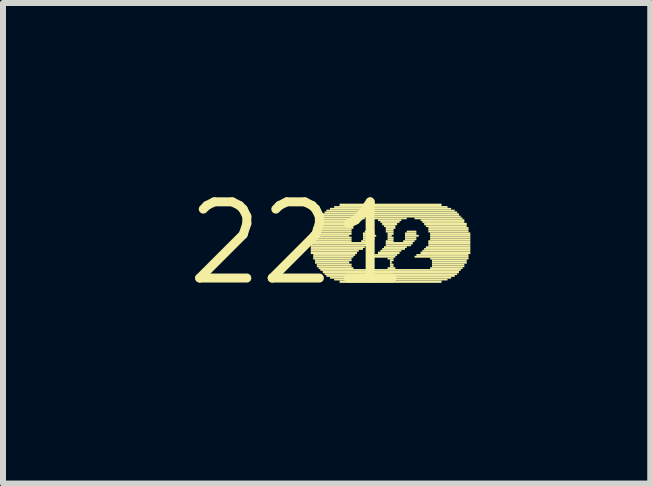
<source format=kicad_pcb>
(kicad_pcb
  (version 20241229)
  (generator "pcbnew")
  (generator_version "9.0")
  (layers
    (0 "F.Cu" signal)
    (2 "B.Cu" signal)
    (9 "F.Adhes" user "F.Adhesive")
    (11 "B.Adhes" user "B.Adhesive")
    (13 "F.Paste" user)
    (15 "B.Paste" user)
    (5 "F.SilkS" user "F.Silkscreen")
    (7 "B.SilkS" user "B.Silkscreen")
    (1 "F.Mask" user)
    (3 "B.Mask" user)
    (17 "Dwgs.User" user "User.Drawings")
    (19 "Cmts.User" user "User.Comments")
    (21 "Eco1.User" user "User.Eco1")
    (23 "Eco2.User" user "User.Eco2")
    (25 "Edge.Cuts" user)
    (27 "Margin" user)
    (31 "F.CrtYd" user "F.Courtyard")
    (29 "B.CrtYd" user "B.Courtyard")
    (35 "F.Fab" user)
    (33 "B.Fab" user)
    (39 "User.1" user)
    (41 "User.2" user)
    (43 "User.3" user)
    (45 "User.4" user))
  (footprint "221"
    (layer "F.Cu")
    (at 1.912 1.006)
    (property "Reference" "221" (at 0 0 0) (layer "F.SilkS") (effects (font (size 1.27 1.27) (thickness 0.15))))
    (fp_poly (pts (xy 0.22 -0.14) (xy 0.9 -0.14) (xy 0.9 -0.18) (xy 0.22 -0.18)) (stroke (width 0) (type default)) (fill yes) (layer "F.SilkS"))
    (fp_poly (pts (xy 0.22 -0.11) (xy 0.86 -0.11) (xy 0.86 -0.14) (xy 0.22 -0.14)) (stroke (width 0) (type default)) (fill yes) (layer "F.SilkS"))
    (fp_poly (pts (xy 0.22 -0.08) (xy 0.9 -0.08) (xy 0.9 -0.11) (xy 0.22 -0.11)) (stroke (width 0) (type default)) (fill yes) (layer "F.SilkS"))
    (fp_poly (pts (xy 0.22 -0.05) (xy 0.9 -0.05) (xy 0.9 -0.08) (xy 0.22 -0.08)) (stroke (width 0) (type default)) (fill yes) (layer "F.SilkS"))
    (fp_poly (pts (xy 0.22 -0.02) (xy 0.9 -0.02) (xy 0.9 -0.05) (xy 0.22 -0.05)) (stroke (width 0) (type default)) (fill yes) (layer "F.SilkS"))
    (fp_poly (pts (xy 0.22 0.02) (xy 1.22 0.02) (xy 1.22 -0.02) (xy 0.22 -0.02)) (stroke (width 0) (type default)) (fill yes) (layer "F.SilkS"))
    (fp_poly (pts (xy 0.22 0.05) (xy 1.18 0.05) (xy 1.18 0.02) (xy 0.22 0.02)) (stroke (width 0) (type default)) (fill yes) (layer "F.SilkS"))
    (fp_poly (pts (xy 0.22 0.08) (xy 1.12 0.08) (xy 1.12 0.05) (xy 0.22 0.05)) (stroke (width 0) (type default)) (fill yes) (layer "F.SilkS"))
    (fp_poly (pts (xy 0.22 0.11) (xy 1.09 0.11) (xy 1.09 0.08) (xy 0.22 0.08)) (stroke (width 0) (type default)) (fill yes) (layer "F.SilkS"))
    (fp_poly (pts (xy 0.22 0.14) (xy 1.02 0.14) (xy 1.02 0.11) (xy 0.22 0.11)) (stroke (width 0) (type default)) (fill yes) (layer "F.SilkS"))
    (fp_poly (pts (xy 0.22 0.18) (xy 0.99 0.18) (xy 0.99 0.14) (xy 0.22 0.14)) (stroke (width 0) (type default)) (fill yes) (layer "F.SilkS"))
    (fp_poly (pts (xy 0.26 -0.24) (xy 0.93 -0.24) (xy 0.93 -0.27) (xy 0.26 -0.27)) (stroke (width 0) (type default)) (fill yes) (layer "F.SilkS"))
    (fp_poly (pts (xy 0.26 -0.21) (xy 0.9 -0.21) (xy 0.9 -0.24) (xy 0.26 -0.24)) (stroke (width 0) (type default)) (fill yes) (layer "F.SilkS"))
    (fp_poly (pts (xy 0.26 -0.18) (xy 0.9 -0.18) (xy 0.9 -0.21) (xy 0.26 -0.21)) (stroke (width 0) (type default)) (fill yes) (layer "F.SilkS"))
    (fp_poly (pts (xy 0.26 0.21) (xy 0.96 0.21) (xy 0.96 0.18) (xy 0.26 0.18)) (stroke (width 0) (type default)) (fill yes) (layer "F.SilkS"))
    (fp_poly (pts (xy 0.26 0.24) (xy 0.93 0.24) (xy 0.93 0.21) (xy 0.26 0.21)) (stroke (width 0) (type default)) (fill yes) (layer "F.SilkS"))
    (fp_poly (pts (xy 0.26 0.27) (xy 0.9 0.27) (xy 0.9 0.24) (xy 0.26 0.24)) (stroke (width 0) (type default)) (fill yes) (layer "F.SilkS"))
    (fp_poly (pts (xy 0.29 -0.3) (xy 0.96 -0.3) (xy 0.96 -0.34) (xy 0.29 -0.34)) (stroke (width 0) (type default)) (fill yes) (layer "F.SilkS"))
    (fp_poly (pts (xy 0.29 -0.27) (xy 0.93 -0.27) (xy 0.93 -0.3) (xy 0.29 -0.3)) (stroke (width 0) (type default)) (fill yes) (layer "F.SilkS"))
    (fp_poly (pts (xy 0.29 0.3) (xy 0.9 0.3) (xy 0.9 0.27) (xy 0.29 0.27)) (stroke (width 0) (type default)) (fill yes) (layer "F.SilkS"))
    (fp_poly (pts (xy 0.29 0.34) (xy 0.86 0.34) (xy 0.86 0.3) (xy 0.29 0.3)) (stroke (width 0) (type default)) (fill yes) (layer "F.SilkS"))
    (fp_poly (pts (xy 0.32 -0.37) (xy 1.02 -0.37) (xy 1.02 -0.4) (xy 0.32 -0.4)) (stroke (width 0) (type default)) (fill yes) (layer "F.SilkS"))
    (fp_poly (pts (xy 0.32 -0.34) (xy 0.99 -0.34) (xy 0.99 -0.37) (xy 0.32 -0.37)) (stroke (width 0) (type default)) (fill yes) (layer "F.SilkS"))
    (fp_poly (pts (xy 0.32 0.37) (xy 0.9 0.37) (xy 0.9 0.34) (xy 0.32 0.34)) (stroke (width 0) (type default)) (fill yes) (layer "F.SilkS"))
    (fp_poly (pts (xy 0.32 0.4) (xy 0.9 0.4) (xy 0.9 0.37) (xy 0.32 0.37)) (stroke (width 0) (type default)) (fill yes) (layer "F.SilkS"))
    (fp_poly (pts (xy 0.35 -0.4) (xy 1.12 -0.4) (xy 1.12 -0.43) (xy 0.35 -0.43)) (stroke (width 0) (type default)) (fill yes) (layer "F.SilkS"))
    (fp_poly (pts (xy 0.35 0.43) (xy 0.93 0.43) (xy 0.93 0.4) (xy 0.35 0.4)) (stroke (width 0) (type default)) (fill yes) (layer "F.SilkS"))
    (fp_poly (pts (xy 0.38 -0.43) (xy 2.72 -0.43) (xy 2.72 -0.46) (xy 0.38 -0.46)) (stroke (width 0) (type default)) (fill yes) (layer "F.SilkS"))
    (fp_poly (pts (xy 0.38 0.46) (xy 2.72 0.46) (xy 2.72 0.43) (xy 0.38 0.43)) (stroke (width 0) (type default)) (fill yes) (layer "F.SilkS"))
    (fp_poly (pts (xy 0.42 -0.46) (xy 2.69 -0.46) (xy 2.69 -0.5) (xy 0.42 -0.5)) (stroke (width 0) (type default)) (fill yes) (layer "F.SilkS"))
    (fp_poly (pts (xy 0.42 0.5) (xy 2.69 0.5) (xy 2.69 0.46) (xy 0.42 0.46)) (stroke (width 0) (type default)) (fill yes) (layer "F.SilkS"))
    (fp_poly (pts (xy 0.45 -0.5) (xy 2.66 -0.5) (xy 2.66 -0.53) (xy 0.45 -0.53)) (stroke (width 0) (type default)) (fill yes) (layer "F.SilkS"))
    (fp_poly (pts (xy 0.45 0.53) (xy 2.66 0.53) (xy 2.66 0.5) (xy 0.45 0.5)) (stroke (width 0) (type default)) (fill yes) (layer "F.SilkS"))
    (fp_poly (pts (xy 0.48 -0.53) (xy 2.62 -0.53) (xy 2.62 -0.56) (xy 0.48 -0.56)) (stroke (width 0) (type default)) (fill yes) (layer "F.SilkS"))
    (fp_poly (pts (xy 0.48 0.56) (xy 2.62 0.56) (xy 2.62 0.53) (xy 0.48 0.53)) (stroke (width 0) (type default)) (fill yes) (layer "F.SilkS"))
    (fp_poly (pts (xy 0.54 -0.56) (xy 2.56 -0.56) (xy 2.56 -0.59) (xy 0.54 -0.59)) (stroke (width 0) (type default)) (fill yes) (layer "F.SilkS"))
    (fp_poly (pts (xy 0.54 0.59) (xy 2.56 0.59) (xy 2.56 0.56) (xy 0.54 0.56)) (stroke (width 0) (type default)) (fill yes) (layer "F.SilkS"))
    (fp_poly (pts (xy 0.61 -0.59) (xy 2.5 -0.59) (xy 2.5 -0.62) (xy 0.61 -0.62)) (stroke (width 0) (type default)) (fill yes) (layer "F.SilkS"))
    (fp_poly (pts (xy 0.61 0.62) (xy 2.5 0.62) (xy 2.5 0.59) (xy 0.61 0.59)) (stroke (width 0) (type default)) (fill yes) (layer "F.SilkS"))
    (fp_poly (pts (xy 0.7 -0.62) (xy 2.4 -0.62) (xy 2.4 -0.66) (xy 0.7 -0.66)) (stroke (width 0) (type default)) (fill yes) (layer "F.SilkS"))
    (fp_poly (pts (xy 0.7 0.66) (xy 2.4 0.66) (xy 2.4 0.62) (xy 0.7 0.62)) (stroke (width 0) (type default)) (fill yes) (layer "F.SilkS"))
    (fp_poly (pts (xy 1.06 -0.02) (xy 1.25 -0.02) (xy 1.25 -0.05) (xy 1.06 -0.05)) (stroke (width 0) (type default)) (fill yes) (layer "F.SilkS"))
    (fp_poly (pts (xy 1.09 -0.14) (xy 1.28 -0.14) (xy 1.28 -0.18) (xy 1.09 -0.18)) (stroke (width 0) (type default)) (fill yes) (layer "F.SilkS"))
    (fp_poly (pts (xy 1.09 -0.11) (xy 1.31 -0.11) (xy 1.31 -0.14) (xy 1.09 -0.14)) (stroke (width 0) (type default)) (fill yes) (layer "F.SilkS"))
    (fp_poly (pts (xy 1.09 -0.08) (xy 1.28 -0.08) (xy 1.28 -0.11) (xy 1.09 -0.11)) (stroke (width 0) (type default)) (fill yes) (layer "F.SilkS"))
    (fp_poly (pts (xy 1.09 -0.05) (xy 1.28 -0.05) (xy 1.28 -0.08) (xy 1.09 -0.08)) (stroke (width 0) (type default)) (fill yes) (layer "F.SilkS"))
    (fp_poly (pts (xy 1.12 -0.18) (xy 1.28 -0.18) (xy 1.28 -0.21) (xy 1.12 -0.21)) (stroke (width 0) (type default)) (fill yes) (layer "F.SilkS"))
    (fp_poly (pts (xy 1.25 -0.4) (xy 1.82 -0.4) (xy 1.82 -0.43) (xy 1.25 -0.43)) (stroke (width 0) (type default)) (fill yes) (layer "F.SilkS"))
    (fp_poly (pts (xy 1.25 0.24) (xy 1.63 0.24) (xy 1.63 0.21) (xy 1.25 0.21)) (stroke (width 0) (type default)) (fill yes) (layer "F.SilkS"))
    (fp_poly (pts (xy 1.28 0.21) (xy 1.66 0.21) (xy 1.66 0.18) (xy 1.28 0.18)) (stroke (width 0) (type default)) (fill yes) (layer "F.SilkS"))
    (fp_poly (pts (xy 1.34 -0.37) (xy 1.73 -0.37) (xy 1.73 -0.4) (xy 1.34 -0.4)) (stroke (width 0) (type default)) (fill yes) (layer "F.SilkS"))
    (fp_poly (pts (xy 1.34 0.18) (xy 1.7 0.18) (xy 1.7 0.14) (xy 1.34 0.14)) (stroke (width 0) (type default)) (fill yes) (layer "F.SilkS"))
    (fp_poly (pts (xy 1.38 -0.34) (xy 1.7 -0.34) (xy 1.7 -0.37) (xy 1.38 -0.37)) (stroke (width 0) (type default)) (fill yes) (layer "F.SilkS"))
    (fp_poly (pts (xy 1.38 0.14) (xy 1.73 0.14) (xy 1.73 0.11) (xy 1.38 0.11)) (stroke (width 0) (type default)) (fill yes) (layer "F.SilkS"))
    (fp_poly (pts (xy 1.41 -0.3) (xy 1.66 -0.3) (xy 1.66 -0.34) (xy 1.41 -0.34)) (stroke (width 0) (type default)) (fill yes) (layer "F.SilkS"))
    (fp_poly (pts (xy 1.41 0.11) (xy 1.79 0.11) (xy 1.79 0.08) (xy 1.41 0.08)) (stroke (width 0) (type default)) (fill yes) (layer "F.SilkS"))
    (fp_poly (pts (xy 1.44 -0.27) (xy 1.63 -0.27) (xy 1.63 -0.3) (xy 1.44 -0.3)) (stroke (width 0) (type default)) (fill yes) (layer "F.SilkS"))
    (fp_poly (pts (xy 1.44 0.08) (xy 1.82 0.08) (xy 1.82 0.05) (xy 1.44 0.05)) (stroke (width 0) (type default)) (fill yes) (layer "F.SilkS"))
    (fp_poly (pts (xy 1.47 -0.24) (xy 1.63 -0.24) (xy 1.63 -0.27) (xy 1.47 -0.27)) (stroke (width 0) (type default)) (fill yes) (layer "F.SilkS"))
    (fp_poly (pts (xy 1.47 -0.21) (xy 1.6 -0.21) (xy 1.6 -0.24) (xy 1.47 -0.24)) (stroke (width 0) (type default)) (fill yes) (layer "F.SilkS"))
    (fp_poly (pts (xy 1.47 -0.18) (xy 1.6 -0.18) (xy 1.6 -0.21) (xy 1.47 -0.21)) (stroke (width 0) (type default)) (fill yes) (layer "F.SilkS"))
    (fp_poly (pts (xy 1.47 -0.02) (xy 1.6 -0.02) (xy 1.6 -0.05) (xy 1.47 -0.05)) (stroke (width 0) (type default)) (fill yes) (layer "F.SilkS"))
    (fp_poly (pts (xy 1.47 0.02) (xy 1.92 0.02) (xy 1.92 -0.02) (xy 1.47 -0.02)) (stroke (width 0) (type default)) (fill yes) (layer "F.SilkS"))
    (fp_poly (pts (xy 1.47 0.05) (xy 1.89 0.05) (xy 1.89 0.02) (xy 1.47 0.02)) (stroke (width 0) (type default)) (fill yes) (layer "F.SilkS"))
    (fp_poly (pts (xy 1.5 -0.14) (xy 1.6 -0.14) (xy 1.6 -0.18) (xy 1.5 -0.18)) (stroke (width 0) (type default)) (fill yes) (layer "F.SilkS"))
    (fp_poly (pts (xy 1.5 -0.11) (xy 1.57 -0.11) (xy 1.57 -0.14) (xy 1.5 -0.14)) (stroke (width 0) (type default)) (fill yes) (layer "F.SilkS"))
    (fp_poly (pts (xy 1.5 -0.08) (xy 1.6 -0.08) (xy 1.6 -0.11) (xy 1.5 -0.11)) (stroke (width 0) (type default)) (fill yes) (layer "F.SilkS"))
    (fp_poly (pts (xy 1.5 -0.05) (xy 1.6 -0.05) (xy 1.6 -0.08) (xy 1.5 -0.08)) (stroke (width 0) (type default)) (fill yes) (layer "F.SilkS"))
    (fp_poly (pts (xy 1.5 0.27) (xy 1.6 0.27) (xy 1.6 0.24) (xy 1.5 0.24)) (stroke (width 0) (type default)) (fill yes) (layer "F.SilkS"))
    (fp_poly (pts (xy 1.5 0.43) (xy 1.63 0.43) (xy 1.63 0.4) (xy 1.5 0.4)) (stroke (width 0) (type default)) (fill yes) (layer "F.SilkS"))
    (fp_poly (pts (xy 1.54 0.3) (xy 1.6 0.3) (xy 1.6 0.27) (xy 1.54 0.27)) (stroke (width 0) (type default)) (fill yes) (layer "F.SilkS"))
    (fp_poly (pts (xy 1.54 0.34) (xy 1.57 0.34) (xy 1.57 0.3) (xy 1.54 0.3)) (stroke (width 0) (type default)) (fill yes) (layer "F.SilkS"))
    (fp_poly (pts (xy 1.54 0.37) (xy 1.6 0.37) (xy 1.6 0.34) (xy 1.54 0.34)) (stroke (width 0) (type default)) (fill yes) (layer "F.SilkS"))
    (fp_poly (pts (xy 1.54 0.4) (xy 1.6 0.4) (xy 1.6 0.37) (xy 1.54 0.37)) (stroke (width 0) (type default)) (fill yes) (layer "F.SilkS"))
    (fp_poly (pts (xy 1.76 -0.02) (xy 1.95 -0.02) (xy 1.95 -0.05) (xy 1.76 -0.05)) (stroke (width 0) (type default)) (fill yes) (layer "F.SilkS"))
    (fp_poly (pts (xy 1.79 -0.14) (xy 1.98 -0.14) (xy 1.98 -0.18) (xy 1.79 -0.18)) (stroke (width 0) (type default)) (fill yes) (layer "F.SilkS"))
    (fp_poly (pts (xy 1.79 -0.11) (xy 2.02 -0.11) (xy 2.02 -0.14) (xy 1.79 -0.14)) (stroke (width 0) (type default)) (fill yes) (layer "F.SilkS"))
    (fp_poly (pts (xy 1.79 -0.08) (xy 1.98 -0.08) (xy 1.98 -0.11) (xy 1.79 -0.11)) (stroke (width 0) (type default)) (fill yes) (layer "F.SilkS"))
    (fp_poly (pts (xy 1.79 -0.05) (xy 1.98 -0.05) (xy 1.98 -0.08) (xy 1.79 -0.08)) (stroke (width 0) (type default)) (fill yes) (layer "F.SilkS"))
    (fp_poly (pts (xy 1.82 -0.18) (xy 1.98 -0.18) (xy 1.98 -0.21) (xy 1.82 -0.21)) (stroke (width 0) (type default)) (fill yes) (layer "F.SilkS"))
    (fp_poly (pts (xy 1.95 -0.4) (xy 2.75 -0.4) (xy 2.75 -0.43) (xy 1.95 -0.43)) (stroke (width 0) (type default)) (fill yes) (layer "F.SilkS"))
    (fp_poly (pts (xy 1.95 0.24) (xy 2.85 0.24) (xy 2.85 0.21) (xy 1.95 0.21)) (stroke (width 0) (type default)) (fill yes) (layer "F.SilkS"))
    (fp_poly (pts (xy 1.98 0.21) (xy 2.85 0.21) (xy 2.85 0.18) (xy 1.98 0.18)) (stroke (width 0) (type default)) (fill yes) (layer "F.SilkS"))
    (fp_poly (pts (xy 2.05 -0.37) (xy 2.78 -0.37) (xy 2.78 -0.4) (xy 2.05 -0.4)) (stroke (width 0) (type default)) (fill yes) (layer "F.SilkS"))
    (fp_poly (pts (xy 2.05 0.18) (xy 2.88 0.18) (xy 2.88 0.14) (xy 2.05 0.14)) (stroke (width 0) (type default)) (fill yes) (layer "F.SilkS"))
    (fp_poly (pts (xy 2.08 -0.34) (xy 2.78 -0.34) (xy 2.78 -0.37) (xy 2.08 -0.37)) (stroke (width 0) (type default)) (fill yes) (layer "F.SilkS"))
    (fp_poly (pts (xy 2.08 0.14) (xy 2.88 0.14) (xy 2.88 0.11) (xy 2.08 0.11)) (stroke (width 0) (type default)) (fill yes) (layer "F.SilkS"))
    (fp_poly (pts (xy 2.11 -0.3) (xy 2.82 -0.3) (xy 2.82 -0.34) (xy 2.11 -0.34)) (stroke (width 0) (type default)) (fill yes) (layer "F.SilkS"))
    (fp_poly (pts (xy 2.11 0.11) (xy 2.88 0.11) (xy 2.88 0.08) (xy 2.11 0.08)) (stroke (width 0) (type default)) (fill yes) (layer "F.SilkS"))
    (fp_poly (pts (xy 2.14 -0.27) (xy 2.82 -0.27) (xy 2.82 -0.3) (xy 2.14 -0.3)) (stroke (width 0) (type default)) (fill yes) (layer "F.SilkS"))
    (fp_poly (pts (xy 2.14 0.08) (xy 2.88 0.08) (xy 2.88 0.05) (xy 2.14 0.05)) (stroke (width 0) (type default)) (fill yes) (layer "F.SilkS"))
    (fp_poly (pts (xy 2.18 -0.24) (xy 2.85 -0.24) (xy 2.85 -0.27) (xy 2.18 -0.27)) (stroke (width 0) (type default)) (fill yes) (layer "F.SilkS"))
    (fp_poly (pts (xy 2.18 -0.21) (xy 2.85 -0.21) (xy 2.85 -0.24) (xy 2.18 -0.24)) (stroke (width 0) (type default)) (fill yes) (layer "F.SilkS"))
    (fp_poly (pts (xy 2.18 -0.18) (xy 2.85 -0.18) (xy 2.85 -0.21) (xy 2.18 -0.21)) (stroke (width 0) (type default)) (fill yes) (layer "F.SilkS"))
    (fp_poly (pts (xy 2.18 -0.02) (xy 2.88 -0.02) (xy 2.88 -0.05) (xy 2.18 -0.05)) (stroke (width 0) (type default)) (fill yes) (layer "F.SilkS"))
    (fp_poly (pts (xy 2.18 0.02) (xy 2.88 0.02) (xy 2.88 -0.02) (xy 2.18 -0.02)) (stroke (width 0) (type default)) (fill yes) (layer "F.SilkS"))
    (fp_poly (pts (xy 2.18 0.05) (xy 2.88 0.05) (xy 2.88 0.02) (xy 2.18 0.02)) (stroke (width 0) (type default)) (fill yes) (layer "F.SilkS"))
    (fp_poly (pts (xy 2.21 -0.14) (xy 2.88 -0.14) (xy 2.88 -0.18) (xy 2.21 -0.18)) (stroke (width 0) (type default)) (fill yes) (layer "F.SilkS"))
    (fp_poly (pts (xy 2.21 -0.11) (xy 2.88 -0.11) (xy 2.88 -0.14) (xy 2.21 -0.14)) (stroke (width 0) (type default)) (fill yes) (layer "F.SilkS"))
    (fp_poly (pts (xy 2.21 -0.08) (xy 2.88 -0.08) (xy 2.88 -0.11) (xy 2.21 -0.11)) (stroke (width 0) (type default)) (fill yes) (layer "F.SilkS"))
    (fp_poly (pts (xy 2.21 -0.05) (xy 2.88 -0.05) (xy 2.88 -0.08) (xy 2.21 -0.08)) (stroke (width 0) (type default)) (fill yes) (layer "F.SilkS"))
    (fp_poly (pts (xy 2.21 0.27) (xy 2.85 0.27) (xy 2.85 0.24) (xy 2.21 0.24)) (stroke (width 0) (type default)) (fill yes) (layer "F.SilkS"))
    (fp_poly (pts (xy 2.21 0.43) (xy 2.75 0.43) (xy 2.75 0.4) (xy 2.21 0.4)) (stroke (width 0) (type default)) (fill yes) (layer "F.SilkS"))
    (fp_poly (pts (xy 2.24 0.3) (xy 2.82 0.3) (xy 2.82 0.27) (xy 2.24 0.27)) (stroke (width 0) (type default)) (fill yes) (layer "F.SilkS"))
    (fp_poly (pts (xy 2.24 0.34) (xy 2.82 0.34) (xy 2.82 0.3) (xy 2.24 0.3)) (stroke (width 0) (type default)) (fill yes) (layer "F.SilkS"))
    (fp_poly (pts (xy 2.24 0.37) (xy 2.78 0.37) (xy 2.78 0.34) (xy 2.24 0.34)) (stroke (width 0) (type default)) (fill yes) (layer "F.SilkS"))
    (fp_poly (pts (xy 2.24 0.4) (xy 2.78 0.4) (xy 2.78 0.37) (xy 2.24 0.37)) (stroke (width 0) (type default)) (fill yes) (layer "F.SilkS")))
  (gr_rect
    (start -3 -3)
    (end 7.792 5.012)
    (stroke (width 0.1) (type default))
    (fill no)
    (layer "Edge.Cuts")))
</source>
